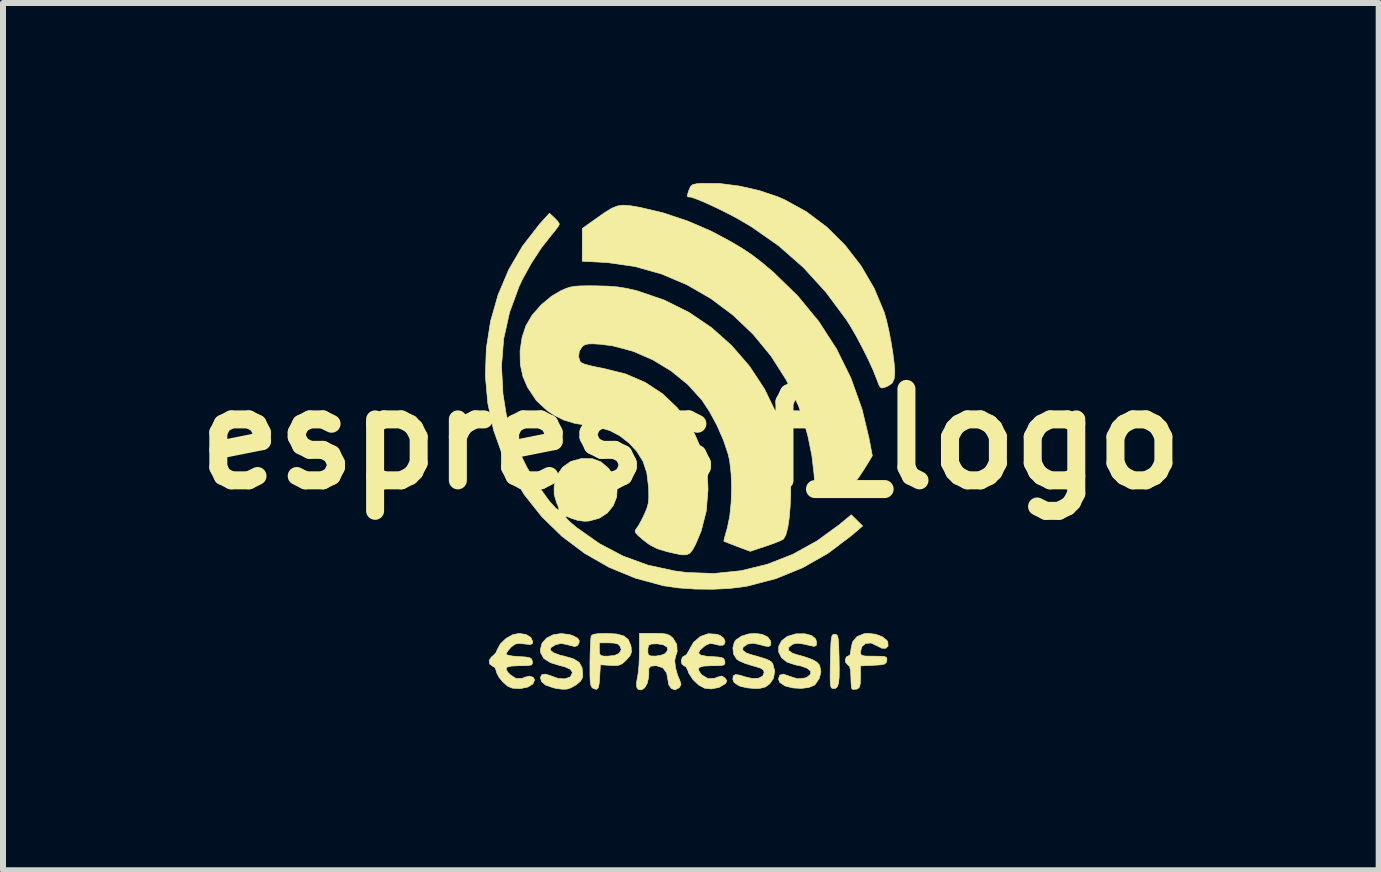
<source format=kicad_pcb>
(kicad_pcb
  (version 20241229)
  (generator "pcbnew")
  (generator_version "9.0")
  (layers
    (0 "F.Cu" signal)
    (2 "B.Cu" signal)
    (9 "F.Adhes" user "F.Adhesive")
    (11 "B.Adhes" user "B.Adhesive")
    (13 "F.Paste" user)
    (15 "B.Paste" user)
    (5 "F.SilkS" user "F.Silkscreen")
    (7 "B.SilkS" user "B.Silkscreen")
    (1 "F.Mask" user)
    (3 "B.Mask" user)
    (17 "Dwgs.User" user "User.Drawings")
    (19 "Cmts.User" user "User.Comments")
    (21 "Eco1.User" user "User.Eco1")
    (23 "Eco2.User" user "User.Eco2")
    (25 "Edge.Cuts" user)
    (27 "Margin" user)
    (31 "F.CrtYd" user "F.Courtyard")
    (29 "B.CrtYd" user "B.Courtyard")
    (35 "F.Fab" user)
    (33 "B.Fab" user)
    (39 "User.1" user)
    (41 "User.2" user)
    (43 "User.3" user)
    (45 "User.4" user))
  (footprint "espressif_logo"
    (layer "F.Cu")
    (at 8.462 4.265)
    (property "Reference" "espressif_logo" (at 0 0 0) (layer "F.SilkS") (effects (font (size 1.524 1.524) (thickness 0.3))))
    (attr through_hole)
    (fp_poly (pts (xy 2.424 3.258) (xy 2.442 3.278) (xy 2.454 3.322) (xy 2.462 3.403) (xy 2.467 3.531) (xy 2.47 3.635) (xy 2.473 3.832) (xy 2.471 3.973) (xy 2.461 4.068) (xy 2.443 4.125) (xy 2.416 4.153) (xy 2.38 4.159) (xy 2.355 4.156) (xy 2.338 4.141) (xy 2.327 4.104) (xy 2.322 4.035) (xy 2.321 3.924) (xy 2.324 3.762) (xy 2.325 3.707) (xy 2.329 3.529) (xy 2.334 3.405) (xy 2.341 3.325) (xy 2.352 3.28) (xy 2.368 3.26) (xy 2.392 3.254) (xy 2.397 3.254) (xy 2.424 3.258)) (stroke (width 0.01) (type solid)) (fill yes) (layer "F.SilkS"))
    (fp_poly (pts (xy -1.233 3.25) (xy -1.116 3.283) (xy -1.042 3.343) (xy -1.002 3.437) (xy -0.994 3.474) (xy -0.99 3.553) (xy -1.016 3.616) (xy -1.076 3.684) (xy -1.142 3.744) (xy -1.203 3.771) (xy -1.287 3.776) (xy -1.342 3.773) (xy -1.508 3.762) (xy -1.518 3.953) (xy -1.528 4.078) (xy -1.545 4.149) (xy -1.574 4.173) (xy -1.62 4.159) (xy -1.629 4.155) (xy -1.652 4.135) (xy -1.668 4.1) (xy -1.677 4.039) (xy -1.681 3.94) (xy -1.681 3.793) (xy -1.681 3.722) (xy -1.678 3.566) (xy -1.673 3.431) (xy -1.671 3.397) (xy -1.524 3.397) (xy -1.524 3.508) (xy -1.521 3.577) (xy -1.5 3.609) (xy -1.443 3.619) (xy -1.383 3.619) (xy -1.271 3.607) (xy -1.197 3.573) (xy -1.193 3.57) (xy -1.16 3.512) (xy -1.176 3.459) (xy -1.213 3.419) (xy -1.279 3.401) (xy -1.366 3.397) (xy -1.524 3.397) (xy -1.671 3.397) (xy -1.667 3.332) (xy -1.661 3.281) (xy -1.66 3.28) (xy -1.626 3.256) (xy -1.541 3.243) (xy -1.402 3.24) (xy -1.233 3.25)) (stroke (width 0.01) (type solid)) (fill yes) (layer "F.SilkS"))
    (fp_poly (pts (xy -2.016 3.261) (xy -1.962 3.28) (xy -1.886 3.32) (xy -1.86 3.36) (xy -1.863 3.395) (xy -1.887 3.443) (xy -1.933 3.458) (xy -2.015 3.44) (xy -2.06 3.426) (xy -2.163 3.407) (xy -2.255 3.429) (xy -2.33 3.474) (xy -2.342 3.518) (xy -2.292 3.561) (xy -2.182 3.602) (xy -2.102 3.621) (xy -1.954 3.664) (xy -1.86 3.724) (xy -1.813 3.81) (xy -1.803 3.934) (xy -1.805 3.975) (xy -1.837 4.033) (xy -1.909 4.096) (xy -2.001 4.147) (xy -2.064 4.168) (xy -2.141 4.17) (xy -2.247 4.156) (xy -2.298 4.144) (xy -2.42 4.101) (xy -2.487 4.045) (xy -2.508 3.976) (xy -2.484 3.928) (xy -2.421 3.918) (xy -2.331 3.946) (xy -2.322 3.951) (xy -2.208 3.991) (xy -2.1 3.997) (xy -2.018 3.969) (xy -2.001 3.953) (xy -1.973 3.89) (xy -2.007 3.838) (xy -2.102 3.796) (xy -2.171 3.779) (xy -2.339 3.728) (xy -2.449 3.658) (xy -2.502 3.565) (xy -2.508 3.512) (xy -2.48 3.403) (xy -2.404 3.318) (xy -2.293 3.262) (xy -2.159 3.242) (xy -2.016 3.261)) (stroke (width 0.01) (type solid)) (fill yes) (layer "F.SilkS"))
    (fp_poly (pts (xy 2.013 3.276) (xy 2.08 3.332) (xy 2.095 3.389) (xy 2.088 3.444) (xy 2.053 3.455) (xy 2.008 3.447) (xy 1.877 3.417) (xy 1.789 3.405) (xy 1.729 3.41) (xy 1.686 3.427) (xy 1.628 3.476) (xy 1.63 3.525) (xy 1.693 3.569) (xy 1.754 3.59) (xy 1.918 3.637) (xy 2.029 3.678) (xy 2.1 3.719) (xy 2.141 3.764) (xy 2.147 3.775) (xy 2.167 3.877) (xy 2.141 3.989) (xy 2.076 4.085) (xy 2.056 4.103) (xy 1.966 4.141) (xy 1.841 4.156) (xy 1.704 4.149) (xy 1.579 4.118) (xy 1.564 4.112) (xy 1.482 4.057) (xy 1.46 4.001) (xy 1.481 3.936) (xy 1.541 3.918) (xy 1.635 3.95) (xy 1.637 3.952) (xy 1.777 3.996) (xy 1.905 3.983) (xy 1.939 3.968) (xy 1.997 3.918) (xy 1.996 3.868) (xy 1.939 3.821) (xy 1.832 3.782) (xy 1.742 3.764) (xy 1.602 3.718) (xy 1.509 3.643) (xy 1.464 3.551) (xy 1.465 3.453) (xy 1.513 3.362) (xy 1.607 3.29) (xy 1.746 3.248) (xy 1.76 3.247) (xy 1.903 3.246) (xy 2.013 3.276)) (stroke (width 0.01) (type solid)) (fill yes) (layer "F.SilkS"))
    (fp_poly (pts (xy 0.483 -4.257) (xy 0.808 -4.215) (xy 1.136 -4.141) (xy 1.446 -4.037) (xy 1.56 -3.988) (xy 1.927 -3.786) (xy 2.266 -3.531) (xy 2.57 -3.229) (xy 2.835 -2.887) (xy 3.054 -2.512) (xy 3.222 -2.111) (xy 3.26 -1.979) (xy 3.299 -1.807) (xy 3.336 -1.616) (xy 3.367 -1.426) (xy 3.388 -1.256) (xy 3.397 -1.126) (xy 3.397 -1.123) (xy 3.389 -1.008) (xy 3.358 -0.935) (xy 3.292 -0.886) (xy 3.236 -0.862) (xy 3.188 -0.849) (xy 3.157 -0.862) (xy 3.128 -0.915) (xy 3.098 -0.995) (xy 3.04 -1.142) (xy 2.957 -1.323) (xy 2.859 -1.519) (xy 2.757 -1.712) (xy 2.658 -1.883) (xy 2.596 -1.981) (xy 2.251 -2.446) (xy 1.875 -2.858) (xy 1.464 -3.219) (xy 1.015 -3.533) (xy 0.778 -3.673) (xy 0.634 -3.749) (xy 0.479 -3.827) (xy 0.326 -3.899) (xy 0.187 -3.961) (xy 0.074 -4.006) (xy 0.001 -4.03) (xy -0.015 -4.032) (xy -0.05 -4.034) (xy -0.06 -4.052) (xy -0.046 -4.104) (xy -0.03 -4.152) (xy -0.005 -4.207) (xy 0.03 -4.238) (xy 0.095 -4.253) (xy 0.185 -4.26) (xy 0.483 -4.257)) (stroke (width 0.01) (type solid)) (fill yes) (layer "F.SilkS"))
    (fp_poly (pts (xy -1.015 -3.888) (xy -0.868 -3.863) (xy -0.855 -3.861) (xy -0.46 -3.768) (xy -0.056 -3.633) (xy 0.33 -3.467) (xy 0.442 -3.409) (xy 0.67 -3.286) (xy 0.857 -3.175) (xy 1.021 -3.065) (xy 1.179 -2.944) (xy 1.351 -2.8) (xy 1.372 -2.782) (xy 1.779 -2.386) (xy 2.131 -1.959) (xy 2.427 -1.501) (xy 2.668 -1.013) (xy 2.853 -0.495) (xy 2.969 -0.011) (xy 3.024 0.28) (xy 2.912 0.465) (xy 2.798 0.64) (xy 2.699 0.763) (xy 2.606 0.842) (xy 2.511 0.884) (xy 2.445 0.895) (xy 2.325 0.899) (xy 2.21 0.897) (xy 2.187 0.895) (xy 2.073 0.886) (xy 2.052 0.578) (xy 2.016 0.272) (xy 1.949 -0.055) (xy 1.859 -0.373) (xy 1.792 -0.557) (xy 1.589 -0.986) (xy 1.336 -1.382) (xy 1.039 -1.743) (xy 0.702 -2.064) (xy 0.332 -2.341) (xy -0.068 -2.571) (xy -0.491 -2.75) (xy -0.933 -2.874) (xy -1.388 -2.939) (xy -1.468 -2.944) (xy -1.81 -2.962) (xy -1.809 -3.235) (xy -1.809 -3.508) (xy -1.572 -3.677) (xy -1.428 -3.778) (xy -1.317 -3.845) (xy -1.223 -3.883) (xy -1.128 -3.896) (xy -1.015 -3.888)) (stroke (width 0.01) (type solid)) (fill yes) (layer "F.SilkS"))
    (fp_poly (pts (xy 1.191 3.257) (xy 1.279 3.299) (xy 1.328 3.363) (xy 1.333 3.399) (xy 1.326 3.442) (xy 1.294 3.458) (xy 1.225 3.448) (xy 1.139 3.424) (xy 1.033 3.403) (xy 0.95 3.417) (xy 0.937 3.423) (xy 0.87 3.47) (xy 0.864 3.519) (xy 0.919 3.564) (xy 0.992 3.59) (xy 1.143 3.633) (xy 1.245 3.665) (xy 1.308 3.691) (xy 1.344 3.717) (xy 1.365 3.747) (xy 1.398 3.868) (xy 1.376 3.99) (xy 1.313 4.081) (xy 1.242 4.132) (xy 1.158 4.154) (xy 1.067 4.158) (xy 0.948 4.148) (xy 0.838 4.125) (xy 0.802 4.112) (xy 0.721 4.058) (xy 0.699 4.004) (xy 0.708 3.946) (xy 0.745 3.925) (xy 0.819 3.936) (xy 0.897 3.962) (xy 1.023 3.991) (xy 1.127 3.987) (xy 1.198 3.95) (xy 1.222 3.889) (xy 1.21 3.85) (xy 1.165 3.82) (xy 1.075 3.791) (xy 1.027 3.778) (xy 0.912 3.743) (xy 0.814 3.701) (xy 0.765 3.67) (xy 0.713 3.587) (xy 0.7 3.482) (xy 0.725 3.385) (xy 0.751 3.349) (xy 0.845 3.285) (xy 0.96 3.249) (xy 1.08 3.24) (xy 1.191 3.257)) (stroke (width 0.01) (type solid)) (fill yes) (layer "F.SilkS"))
    (fp_poly (pts (xy 3.08 3.254) (xy 3.191 3.296) (xy 3.266 3.355) (xy 3.282 3.383) (xy 3.287 3.451) (xy 3.249 3.487) (xy 3.182 3.487) (xy 3.1 3.445) (xy 3.097 3.444) (xy 3.003 3.4) (xy 2.915 3.406) (xy 2.851 3.457) (xy 2.826 3.545) (xy 2.826 3.546) (xy 2.83 3.585) (xy 2.851 3.606) (xy 2.904 3.617) (xy 3.001 3.619) (xy 3.05 3.619) (xy 3.167 3.621) (xy 3.233 3.627) (xy 3.262 3.643) (xy 3.267 3.674) (xy 3.265 3.691) (xy 3.253 3.729) (xy 3.223 3.752) (xy 3.16 3.764) (xy 3.048 3.771) (xy 3.04 3.772) (xy 2.826 3.781) (xy 2.826 3.966) (xy 2.823 4.074) (xy 2.81 4.133) (xy 2.782 4.161) (xy 2.764 4.168) (xy 2.706 4.174) (xy 2.685 4.166) (xy 2.675 4.127) (xy 2.669 4.045) (xy 2.667 3.967) (xy 2.661 3.851) (xy 2.643 3.787) (xy 2.619 3.767) (xy 2.58 3.724) (xy 2.572 3.684) (xy 2.591 3.631) (xy 2.619 3.619) (xy 2.654 3.596) (xy 2.667 3.52) (xy 2.667 3.507) (xy 2.694 3.382) (xy 2.771 3.292) (xy 2.888 3.244) (xy 2.953 3.239) (xy 3.08 3.254)) (stroke (width 0.01) (type solid)) (fill yes) (layer "F.SilkS"))
    (fp_poly (pts (xy 0.432 3.254) (xy 0.491 3.275) (xy 0.549 3.322) (xy 0.571 3.38) (xy 0.552 3.427) (xy 0.532 3.437) (xy 0.475 3.438) (xy 0.402 3.42) (xy 0.323 3.406) (xy 0.253 3.434) (xy 0.227 3.452) (xy 0.15 3.52) (xy 0.129 3.57) (xy 0.167 3.602) (xy 0.265 3.621) (xy 0.339 3.626) (xy 0.455 3.633) (xy 0.521 3.645) (xy 0.553 3.666) (xy 0.565 3.703) (xy 0.566 3.707) (xy 0.567 3.744) (xy 0.55 3.765) (xy 0.5 3.775) (xy 0.405 3.778) (xy 0.351 3.778) (xy 0.217 3.784) (xy 0.142 3.805) (xy 0.123 3.842) (xy 0.157 3.901) (xy 0.191 3.937) (xy 0.286 3.993) (xy 0.396 3.988) (xy 0.45 3.966) (xy 0.514 3.949) (xy 0.566 3.982) (xy 0.6 4.026) (xy 0.584 4.064) (xy 0.569 4.08) (xy 0.471 4.139) (xy 0.345 4.165) (xy 0.233 4.154) (xy 0.131 4.101) (xy 0.035 4.009) (xy -0.035 3.901) (xy -0.051 3.855) (xy -0.081 3.797) (xy -0.115 3.778) (xy -0.149 3.751) (xy -0.159 3.699) (xy -0.143 3.637) (xy -0.114 3.619) (xy -0.072 3.593) (xy -0.036 3.532) (xy 0.045 3.389) (xy 0.158 3.291) (xy 0.29 3.245) (xy 0.432 3.254)) (stroke (width 0.01) (type solid)) (fill yes) (layer "F.SilkS"))
    (fp_poly (pts (xy -2.746 3.258) (xy -2.666 3.307) (xy -2.635 3.378) (xy -2.635 3.381) (xy -2.644 3.414) (xy -2.68 3.425) (xy -2.76 3.417) (xy -2.778 3.415) (xy -2.873 3.406) (xy -2.935 3.421) (xy -2.993 3.467) (xy -3 3.473) (xy -3.053 3.535) (xy -3.079 3.581) (xy -3.08 3.585) (xy -3.051 3.602) (xy -2.975 3.617) (xy -2.868 3.626) (xy -2.865 3.626) (xy -2.751 3.633) (xy -2.685 3.645) (xy -2.653 3.667) (xy -2.641 3.704) (xy -2.641 3.707) (xy -2.64 3.744) (xy -2.657 3.765) (xy -2.707 3.775) (xy -2.801 3.778) (xy -2.855 3.778) (xy -2.988 3.784) (xy -3.062 3.802) (xy -3.08 3.837) (xy -3.046 3.892) (xy -3.006 3.931) (xy -2.911 3.992) (xy -2.813 3.99) (xy -2.762 3.969) (xy -2.691 3.952) (xy -2.629 3.97) (xy -2.603 4.015) (xy -2.633 4.082) (xy -2.712 4.132) (xy -2.827 4.157) (xy -2.871 4.159) (xy -2.976 4.152) (xy -3.051 4.12) (xy -3.131 4.051) (xy -3.195 3.973) (xy -3.234 3.899) (xy -3.239 3.874) (xy -3.265 3.808) (xy -3.302 3.787) (xy -3.354 3.749) (xy -3.361 3.69) (xy -3.323 3.633) (xy -3.306 3.621) (xy -3.251 3.567) (xy -3.227 3.513) (xy -3.174 3.414) (xy -3.08 3.324) (xy -2.967 3.261) (xy -2.864 3.24) (xy -2.746 3.258)) (stroke (width 0.01) (type solid)) (fill yes) (layer "F.SilkS"))
    (fp_poly (pts (xy -0.49 3.241) (xy -0.408 3.251) (xy -0.352 3.273) (xy -0.304 3.313) (xy -0.3 3.316) (xy -0.235 3.422) (xy -0.228 3.543) (xy -0.255 3.622) (xy -0.269 3.698) (xy -0.256 3.809) (xy -0.222 3.935) (xy -0.183 4.025) (xy -0.164 4.091) (xy -0.192 4.142) (xy -0.197 4.147) (xy -0.262 4.18) (xy -0.324 4.159) (xy -0.368 4.096) (xy -0.381 4.022) (xy -0.404 3.896) (xy -0.468 3.813) (xy -0.57 3.779) (xy -0.589 3.778) (xy -0.667 3.786) (xy -0.7 3.822) (xy -0.701 3.901) (xy -0.7 3.914) (xy -0.706 3.983) (xy -0.727 4.071) (xy -0.728 4.074) (xy -0.77 4.147) (xy -0.825 4.182) (xy -0.877 4.173) (xy -0.903 4.133) (xy -0.906 4.066) (xy -0.891 3.978) (xy -0.889 3.968) (xy -0.875 3.888) (xy -0.864 3.765) (xy -0.858 3.62) (xy -0.857 3.562) (xy -0.716 3.562) (xy -0.708 3.596) (xy -0.665 3.616) (xy -0.588 3.618) (xy -0.501 3.605) (xy -0.432 3.578) (xy -0.427 3.574) (xy -0.384 3.519) (xy -0.396 3.468) (xy -0.457 3.43) (xy -0.559 3.413) (xy -0.572 3.413) (xy -0.659 3.417) (xy -0.7 3.436) (xy -0.714 3.479) (xy -0.716 3.493) (xy -0.716 3.562) (xy -0.857 3.562) (xy -0.857 3.548) (xy -0.857 3.239) (xy -0.618 3.239) (xy -0.49 3.241)) (stroke (width 0.01) (type solid)) (fill yes) (layer "F.SilkS"))
    (fp_poly (pts (xy -2.273 -3.685) (xy -2.218 -3.627) (xy -2.191 -3.583) (xy -2.191 -3.579) (xy -2.21 -3.541) (xy -2.261 -3.473) (xy -2.313 -3.411) (xy -2.488 -3.189) (xy -2.658 -2.929) (xy -2.807 -2.659) (xy -2.863 -2.54) (xy -3.022 -2.107) (xy -3.119 -1.668) (xy -3.155 -1.217) (xy -3.131 -0.753) (xy -3.077 -0.413) (xy -3.001 -0.134) (xy -2.883 0.166) (xy -2.733 0.47) (xy -2.558 0.761) (xy -2.369 1.02) (xy -2.341 1.054) (xy -2.259 1.146) (xy -2.21 1.185) (xy -2.196 1.171) (xy -2.217 1.106) (xy -2.238 1.06) (xy -2.278 0.92) (xy -2.278 0.787) (xy -2.233 0.61) (xy -2.138 0.471) (xy -2 0.374) (xy -1.824 0.326) (xy -1.812 0.325) (xy -1.639 0.329) (xy -1.498 0.382) (xy -1.372 0.489) (xy -1.366 0.496) (xy -1.268 0.648) (xy -1.227 0.808) (xy -1.236 0.966) (xy -1.293 1.111) (xy -1.391 1.233) (xy -1.527 1.321) (xy -1.696 1.367) (xy -1.775 1.371) (xy -1.887 1.356) (xy -1.99 1.323) (xy -1.998 1.319) (xy -2.069 1.288) (xy -2.092 1.292) (xy -2.068 1.329) (xy -1.999 1.396) (xy -1.897 1.481) (xy -1.521 1.745) (xy -1.13 1.951) (xy -0.715 2.102) (xy -0.269 2.199) (xy -0.065 2.225) (xy 0.388 2.241) (xy 0.836 2.195) (xy 1.274 2.088) (xy 1.698 1.922) (xy 2.103 1.698) (xy 2.467 1.433) (xy 2.674 1.263) (xy 2.768 1.356) (xy 2.862 1.45) (xy 2.677 1.609) (xy 2.285 1.905) (xy 1.865 2.144) (xy 1.42 2.326) (xy 0.953 2.449) (xy 0.888 2.461) (xy 0.645 2.491) (xy 0.366 2.504) (xy 0.075 2.501) (xy -0.205 2.482) (xy -0.448 2.447) (xy -0.46 2.445) (xy -0.925 2.319) (xy -1.364 2.138) (xy -1.773 1.904) (xy -2.148 1.622) (xy -2.484 1.295) (xy -2.777 0.926) (xy -3.022 0.52) (xy -3.132 0.289) (xy -3.287 -0.147) (xy -3.384 -0.597) (xy -3.424 -1.054) (xy -3.408 -1.512) (xy -3.337 -1.963) (xy -3.212 -2.402) (xy -3.035 -2.821) (xy -2.805 -3.214) (xy -2.525 -3.575) (xy -2.514 -3.588) (xy -2.356 -3.762) (xy -2.273 -3.685)) (stroke (width 0.01) (type solid)) (fill yes) (layer "F.SilkS"))
    (fp_poly (pts (xy -1.587 -2.552) (xy -1.384 -2.547) (xy -1.22 -2.534) (xy -1.071 -2.51) (xy -0.911 -2.473) (xy -0.886 -2.466) (xy -0.443 -2.315) (xy -0.032 -2.11) (xy 0.344 -1.856) (xy 0.681 -1.556) (xy 0.977 -1.214) (xy 1.227 -0.834) (xy 1.428 -0.42) (xy 1.575 0.026) (xy 1.604 0.143) (xy 1.633 0.312) (xy 1.653 0.507) (xy 1.662 0.716) (xy 1.663 0.929) (xy 1.654 1.135) (xy 1.638 1.323) (xy 1.614 1.481) (xy 1.582 1.6) (xy 1.544 1.667) (xy 1.539 1.671) (xy 1.488 1.697) (xy 1.393 1.735) (xy 1.274 1.778) (xy 1.24 1.789) (xy 0.989 1.872) (xy 0.772 1.791) (xy 0.666 1.75) (xy 0.587 1.719) (xy 0.551 1.704) (xy 0.55 1.703) (xy 0.555 1.673) (xy 0.575 1.597) (xy 0.605 1.491) (xy 0.609 1.476) (xy 0.648 1.29) (xy 0.671 1.064) (xy 0.679 0.821) (xy 0.671 0.581) (xy 0.647 0.367) (xy 0.622 0.254) (xy 0.544 0.021) (xy 0.436 -0.225) (xy 0.31 -0.459) (xy 0.182 -0.651) (xy -0.05 -0.907) (xy -0.326 -1.132) (xy -0.634 -1.319) (xy -0.962 -1.461) (xy -1.298 -1.551) (xy -1.5 -1.578) (xy -1.631 -1.586) (xy -1.715 -1.583) (xy -1.77 -1.568) (xy -1.81 -1.54) (xy -1.859 -1.463) (xy -1.871 -1.37) (xy -1.845 -1.29) (xy -1.826 -1.271) (xy -1.777 -1.249) (xy -1.68 -1.222) (xy -1.551 -1.194) (xy -1.453 -1.175) (xy -1.088 -1.084) (xy -0.759 -0.942) (xy -0.47 -0.752) (xy -0.222 -0.515) (xy -0.017 -0.232) (xy 0.065 -0.079) (xy 0.175 0.173) (xy 0.245 0.408) (xy 0.279 0.651) (xy 0.286 0.842) (xy 0.257 1.2) (xy 0.172 1.534) (xy 0.078 1.757) (xy 0.03 1.845) (xy -0.014 1.901) (xy -0.068 1.929) (xy -0.145 1.931) (xy -0.258 1.91) (xy -0.402 1.876) (xy -0.56 1.828) (xy -0.687 1.763) (xy -0.792 1.684) (xy -0.878 1.61) (xy -0.921 1.562) (xy -0.929 1.528) (xy -0.909 1.496) (xy -0.908 1.495) (xy -0.87 1.439) (xy -0.819 1.347) (xy -0.776 1.258) (xy -0.734 1.159) (xy -0.71 1.074) (xy -0.701 0.981) (xy -0.702 0.856) (xy -0.705 0.799) (xy -0.734 0.564) (xy -0.798 0.37) (xy -0.906 0.2) (xy -1.031 0.067) (xy -1.185 -0.054) (xy -1.35 -0.14) (xy -1.543 -0.196) (xy -1.715 -0.224) (xy -1.936 -0.261) (xy -2.115 -0.315) (xy -2.274 -0.393) (xy -2.39 -0.469) (xy -2.575 -0.641) (xy -2.722 -0.862) (xy -2.798 -1.04) (xy -2.842 -1.242) (xy -2.846 -1.469) (xy -2.811 -1.699) (xy -2.748 -1.888) (xy -2.643 -2.066) (xy -2.493 -2.236) (xy -2.318 -2.382) (xy -2.168 -2.47) (xy -2.086 -2.506) (xy -2.013 -2.53) (xy -1.934 -2.545) (xy -1.832 -2.551) (xy -1.692 -2.553) (xy -1.587 -2.552)) (stroke (width 0.01) (type solid)) (fill yes) (layer "F.SilkS")))
  (gr_rect
    (start -3 -3)
    (end 19.924 11.452)
    (stroke (width 0.1) (type default))
    (fill no)
    (layer "Edge.Cuts")))
</source>
